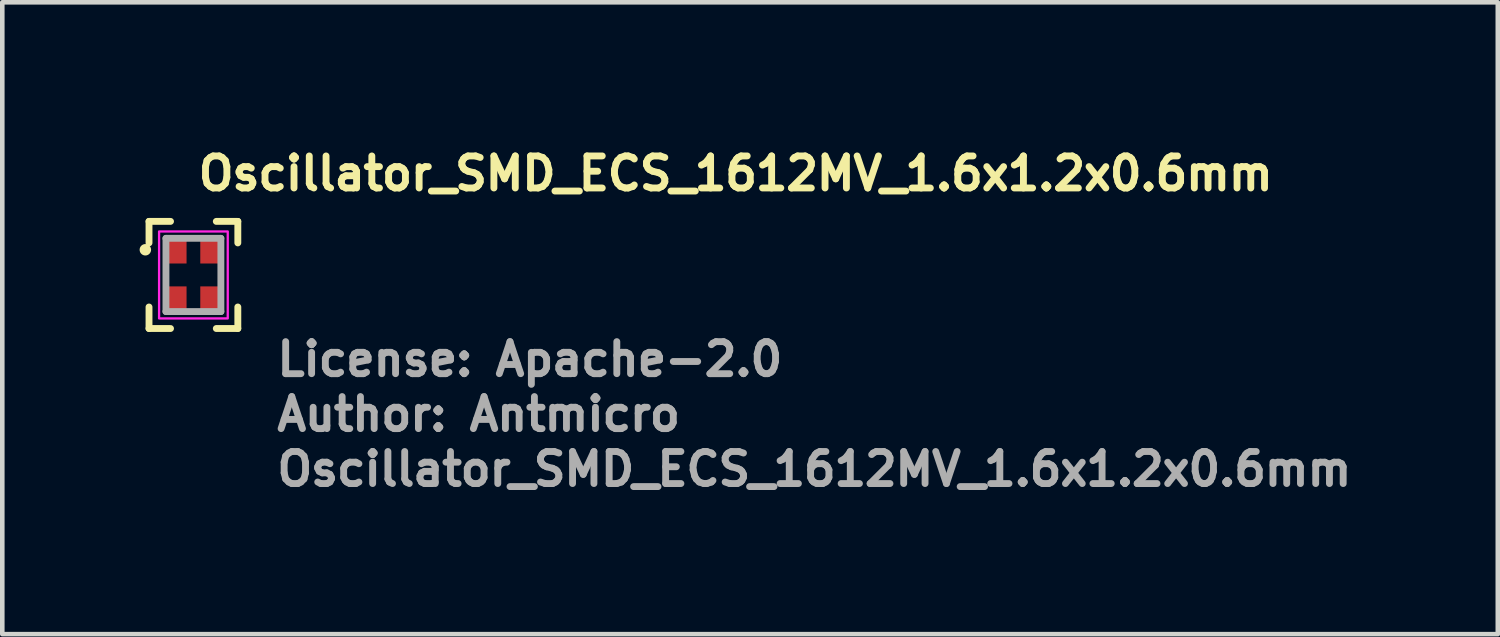
<source format=kicad_pcb>
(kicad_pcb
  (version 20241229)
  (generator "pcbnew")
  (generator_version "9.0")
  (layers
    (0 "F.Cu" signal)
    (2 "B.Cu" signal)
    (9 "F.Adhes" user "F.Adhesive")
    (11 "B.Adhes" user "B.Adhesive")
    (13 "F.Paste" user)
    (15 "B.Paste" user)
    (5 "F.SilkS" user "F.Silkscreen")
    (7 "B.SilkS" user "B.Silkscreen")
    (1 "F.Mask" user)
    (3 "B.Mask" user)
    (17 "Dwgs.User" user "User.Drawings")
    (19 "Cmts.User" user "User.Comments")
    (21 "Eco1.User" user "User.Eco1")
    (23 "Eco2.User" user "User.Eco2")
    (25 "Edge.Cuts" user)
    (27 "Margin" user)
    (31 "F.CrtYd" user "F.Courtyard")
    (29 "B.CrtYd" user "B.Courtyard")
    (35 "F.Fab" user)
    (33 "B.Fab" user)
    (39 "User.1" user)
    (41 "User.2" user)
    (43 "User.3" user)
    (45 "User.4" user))
  (footprint "Oscillator_SMD_ECS_1612MV_1.6x1.2x0.6mm"
    (layer "F.Cu")
    (at 1.175 2.956)
    (property "Reference" "Oscillator_SMD_ECS_1612MV_1.6x1.2x0.6mm" (at 0.032 -1.806 0) (layer "F.SilkS") (effects (font (size 0.7 0.7) (thickness 0.15)) (justify left bottom)))
    (attr smd)
    (fp_line (start -0.97 -1.17) (end -0.5 -1.17) (stroke (width 0.15) (type solid)) (layer "F.SilkS"))
    (fp_line (start -0.97 -0.7) (end -0.97 -1.17) (stroke (width 0.15) (type solid)) (layer "F.SilkS"))
    (fp_line (start -0.97 0.7) (end -0.97 1.17) (stroke (width 0.15) (type solid)) (layer "F.SilkS"))
    (fp_line (start -0.97 1.17) (end -0.5 1.17) (stroke (width 0.15) (type solid)) (layer "F.SilkS"))
    (fp_line (start 0.97 -1.17) (end 0.5 -1.17) (stroke (width 0.15) (type solid)) (layer "F.SilkS"))
    (fp_line (start 0.97 -0.7) (end 0.97 -1.17) (stroke (width 0.15) (type solid)) (layer "F.SilkS"))
    (fp_line (start 0.97 0.7) (end 0.97 1.17) (stroke (width 0.15) (type solid)) (layer "F.SilkS"))
    (fp_line (start 0.97 1.17) (end 0.5 1.17) (stroke (width 0.15) (type solid)) (layer "F.SilkS"))
    (fp_circle (center -1.05 -0.55) (end -1 -0.55) (stroke (width 0.15) (type solid)) (fill yes) (layer "F.SilkS"))
    (fp_rect (start -0.75 -0.95) (end 0.75 0.95) (stroke (width 0.05) (type solid)) (fill no) (layer "F.CrtYd"))
    (fp_line (start -0.6 -0.8) (end 0.6 -0.8) (stroke (width 0.15) (type solid)) (layer "F.Fab"))
    (fp_line (start -0.6 0.8) (end -0.6 -0.8) (stroke (width 0.15) (type solid)) (layer "F.Fab"))
    (fp_line (start 0.6 -0.8) (end 0.6 0.8) (stroke (width 0.15) (type solid)) (layer "F.Fab"))
    (fp_line (start 0.6 0.8) (end -0.6 0.8) (stroke (width 0.15) (type solid)) (layer "F.Fab"))
    (fp_rect (start -0.6 -0.8) (end 0.6 0.8) (stroke (width 0.1) (type solid)) (fill no) (layer "User.5"))
    (fp_line (start -0.6 0.8) (end -0.6 -0.8) (stroke (width 0.02) (type solid)) (layer "User.9"))
    (fp_line (start -0.55 -0.682) (end -0.549 -0.686) (stroke (width 0.02) (type solid)) (layer "User.9"))
    (fp_line (start -0.55 -0.679) (end -0.55 -0.682) (stroke (width 0.02) (type solid)) (layer "User.9"))
    (fp_line (start -0.55 -0.675) (end -0.55 -0.679) (stroke (width 0.02) (type solid)) (layer "User.9"))
    (fp_line (start -0.55 0.675) (end -0.55 -0.675) (stroke (width 0.02) (type solid)) (layer "User.9"))
    (fp_line (start -0.55 0.679) (end -0.55 0.675) (stroke (width 0.02) (type solid)) (layer "User.9"))
    (fp_line (start -0.55 0.682) (end -0.55 0.679) (stroke (width 0.02) (type solid)) (layer "User.9"))
    (fp_line (start -0.549 -0.69) (end -0.548 -0.693) (stroke (width 0.02) (type solid)) (layer "User.9"))
    (fp_line (start -0.549 -0.686) (end -0.549 -0.69) (stroke (width 0.02) (type solid)) (layer "User.9"))
    (fp_line (start -0.549 0.686) (end -0.55 0.682) (stroke (width 0.02) (type solid)) (layer "User.9"))
    (fp_line (start -0.549 0.69) (end -0.549 0.686) (stroke (width 0.02) (type solid)) (layer "User.9"))
    (fp_line (start -0.548 -0.693) (end -0.547 -0.697) (stroke (width 0.02) (type solid)) (layer "User.9"))
    (fp_line (start -0.548 0.693) (end -0.549 0.69) (stroke (width 0.02) (type solid)) (layer "User.9"))
    (fp_line (start -0.547 -0.697) (end -0.546 -0.7) (stroke (width 0.02) (type solid)) (layer "User.9"))
    (fp_line (start -0.547 0.697) (end -0.548 0.693) (stroke (width 0.02) (type solid)) (layer "User.9"))
    (fp_line (start -0.546 -0.7) (end -0.544 -0.704) (stroke (width 0.02) (type solid)) (layer "User.9"))
    (fp_line (start -0.546 0.7) (end -0.547 0.697) (stroke (width 0.02) (type solid)) (layer "User.9"))
    (fp_line (start -0.544 -0.704) (end -0.543 -0.707) (stroke (width 0.02) (type solid)) (layer "User.9"))
    (fp_line (start -0.544 0.704) (end -0.546 0.7) (stroke (width 0.02) (type solid)) (layer "User.9"))
    (fp_line (start -0.543 -0.707) (end -0.541 -0.71) (stroke (width 0.02) (type solid)) (layer "User.9"))
    (fp_line (start -0.543 0.707) (end -0.544 0.704) (stroke (width 0.02) (type solid)) (layer "User.9"))
    (fp_line (start -0.541 -0.71) (end -0.539 -0.714) (stroke (width 0.02) (type solid)) (layer "User.9"))
    (fp_line (start -0.541 0.71) (end -0.543 0.707) (stroke (width 0.02) (type solid)) (layer "User.9"))
    (fp_line (start -0.539 -0.714) (end -0.537 -0.717) (stroke (width 0.02) (type solid)) (layer "User.9"))
    (fp_line (start -0.539 0.714) (end -0.541 0.71) (stroke (width 0.02) (type solid)) (layer "User.9"))
    (fp_line (start -0.537 -0.717) (end -0.535 -0.72) (stroke (width 0.02) (type solid)) (layer "User.9"))
    (fp_line (start -0.537 0.717) (end -0.539 0.714) (stroke (width 0.02) (type solid)) (layer "User.9"))
    (fp_line (start -0.535 -0.72) (end -0.533 -0.723) (stroke (width 0.02) (type solid)) (layer "User.9"))
    (fp_line (start -0.535 0.72) (end -0.537 0.717) (stroke (width 0.02) (type solid)) (layer "User.9"))
    (fp_line (start -0.533 -0.723) (end -0.531 -0.725) (stroke (width 0.02) (type solid)) (layer "User.9"))
    (fp_line (start -0.533 0.723) (end -0.535 0.72) (stroke (width 0.02) (type solid)) (layer "User.9"))
    (fp_line (start -0.531 -0.725) (end -0.528 -0.728) (stroke (width 0.02) (type solid)) (layer "User.9"))
    (fp_line (start -0.531 0.725) (end -0.533 0.723) (stroke (width 0.02) (type solid)) (layer "User.9"))
    (fp_line (start -0.528 -0.728) (end -0.525 -0.731) (stroke (width 0.02) (type solid)) (layer "User.9"))
    (fp_line (start -0.528 0.728) (end -0.531 0.725) (stroke (width 0.02) (type solid)) (layer "User.9"))
    (fp_line (start -0.525 -0.731) (end -0.523 -0.733) (stroke (width 0.02) (type solid)) (layer "User.9"))
    (fp_line (start -0.525 0.731) (end -0.528 0.728) (stroke (width 0.02) (type solid)) (layer "User.9"))
    (fp_line (start -0.523 -0.733) (end -0.52 -0.735) (stroke (width 0.02) (type solid)) (layer "User.9"))
    (fp_line (start -0.523 0.733) (end -0.525 0.731) (stroke (width 0.02) (type solid)) (layer "User.9"))
    (fp_line (start -0.52 -0.735) (end -0.517 -0.737) (stroke (width 0.02) (type solid)) (layer "User.9"))
    (fp_line (start -0.52 0.735) (end -0.523 0.733) (stroke (width 0.02) (type solid)) (layer "User.9"))
    (fp_line (start -0.517 -0.737) (end -0.514 -0.739) (stroke (width 0.02) (type solid)) (layer "User.9"))
    (fp_line (start -0.517 0.737) (end -0.52 0.735) (stroke (width 0.02) (type solid)) (layer "User.9"))
    (fp_line (start -0.514 -0.739) (end -0.51 -0.741) (stroke (width 0.02) (type solid)) (layer "User.9"))
    (fp_line (start -0.514 0.739) (end -0.517 0.737) (stroke (width 0.02) (type solid)) (layer "User.9"))
    (fp_line (start -0.51 -0.741) (end -0.507 -0.743) (stroke (width 0.02) (type solid)) (layer "User.9"))
    (fp_line (start -0.51 0.741) (end -0.514 0.739) (stroke (width 0.02) (type solid)) (layer "User.9"))
    (fp_line (start -0.507 -0.743) (end -0.504 -0.744) (stroke (width 0.02) (type solid)) (layer "User.9"))
    (fp_line (start -0.507 0.743) (end -0.51 0.741) (stroke (width 0.02) (type solid)) (layer "User.9"))
    (fp_line (start -0.504 -0.744) (end -0.5 -0.746) (stroke (width 0.02) (type solid)) (layer "User.9"))
    (fp_line (start -0.504 0.744) (end -0.507 0.743) (stroke (width 0.02) (type solid)) (layer "User.9"))
    (fp_line (start -0.5 -0.746) (end -0.497 -0.747) (stroke (width 0.02) (type solid)) (layer "User.9"))
    (fp_line (start -0.5 0.746) (end -0.504 0.744) (stroke (width 0.02) (type solid)) (layer "User.9"))
    (fp_line (start -0.497 -0.747) (end -0.493 -0.748) (stroke (width 0.02) (type solid)) (layer "User.9"))
    (fp_line (start -0.497 0.747) (end -0.5 0.746) (stroke (width 0.02) (type solid)) (layer "User.9"))
    (fp_line (start -0.493 -0.748) (end -0.49 -0.749) (stroke (width 0.02) (type solid)) (layer "User.9"))
    (fp_line (start -0.493 0.748) (end -0.497 0.747) (stroke (width 0.02) (type solid)) (layer "User.9"))
    (fp_line (start -0.49 -0.749) (end -0.486 -0.749) (stroke (width 0.02) (type solid)) (layer "User.9"))
    (fp_line (start -0.49 0.749) (end -0.493 0.748) (stroke (width 0.02) (type solid)) (layer "User.9"))
    (fp_line (start -0.486 -0.749) (end -0.482 -0.75) (stroke (width 0.02) (type solid)) (layer "User.9"))
    (fp_line (start -0.486 0.749) (end -0.49 0.749) (stroke (width 0.02) (type solid)) (layer "User.9"))
    (fp_line (start -0.482 -0.75) (end -0.479 -0.75) (stroke (width 0.02) (type solid)) (layer "User.9"))
    (fp_line (start -0.482 0.75) (end -0.486 0.749) (stroke (width 0.02) (type solid)) (layer "User.9"))
    (fp_line (start -0.479 -0.75) (end -0.475 -0.75) (stroke (width 0.02) (type solid)) (layer "User.9"))
    (fp_line (start -0.479 0.75) (end -0.482 0.75) (stroke (width 0.02) (type solid)) (layer "User.9"))
    (fp_line (start -0.475 -0.75) (end 0.475 -0.75) (stroke (width 0.02) (type solid)) (layer "User.9"))
    (fp_line (start -0.475 -0.607) (end -0.475 -0.604) (stroke (width 0.02) (type solid)) (layer "User.9"))
    (fp_line (start -0.475 -0.607) (end -0.475 -0.604) (stroke (width 0.02) (type solid)) (layer "User.9"))
    (fp_line (start -0.475 -0.604) (end -0.475 -0.6) (stroke (width 0.02) (type solid)) (layer "User.9"))
    (fp_line (start -0.475 -0.604) (end -0.475 -0.6) (stroke (width 0.02) (type solid)) (layer "User.9"))
    (fp_line (start -0.475 -0.6) (end -0.475 0.6) (stroke (width 0.02) (type solid)) (layer "User.9"))
    (fp_line (start -0.475 -0.6) (end -0.475 0.6) (stroke (width 0.02) (type solid)) (layer "User.9"))
    (fp_line (start -0.475 0.6) (end -0.475 0.604) (stroke (width 0.02) (type solid)) (layer "User.9"))
    (fp_line (start -0.475 0.604) (end -0.475 0.6) (stroke (width 0.02) (type solid)) (layer "User.9"))
    (fp_line (start -0.475 0.604) (end -0.475 0.607) (stroke (width 0.02) (type solid)) (layer "User.9"))
    (fp_line (start -0.475 0.607) (end -0.475 0.604) (stroke (width 0.02) (type solid)) (layer "User.9"))
    (fp_line (start -0.475 0.607) (end -0.474 0.611) (stroke (width 0.02) (type solid)) (layer "User.9"))
    (fp_line (start -0.475 0.75) (end -0.479 0.75) (stroke (width 0.02) (type solid)) (layer "User.9"))
    (fp_line (start -0.474 -0.615) (end -0.474 -0.611) (stroke (width 0.02) (type solid)) (layer "User.9"))
    (fp_line (start -0.474 -0.615) (end -0.474 -0.611) (stroke (width 0.02) (type solid)) (layer "User.9"))
    (fp_line (start -0.474 -0.611) (end -0.475 -0.607) (stroke (width 0.02) (type solid)) (layer "User.9"))
    (fp_line (start -0.474 -0.611) (end -0.475 -0.607) (stroke (width 0.02) (type solid)) (layer "User.9"))
    (fp_line (start -0.474 0.611) (end -0.475 0.607) (stroke (width 0.02) (type solid)) (layer "User.9"))
    (fp_line (start -0.474 0.611) (end -0.474 0.615) (stroke (width 0.02) (type solid)) (layer "User.9"))
    (fp_line (start -0.474 0.615) (end -0.474 0.611) (stroke (width 0.02) (type solid)) (layer "User.9"))
    (fp_line (start -0.474 0.615) (end -0.473 0.618) (stroke (width 0.02) (type solid)) (layer "User.9"))
    (fp_line (start -0.473 -0.618) (end -0.474 -0.615) (stroke (width 0.02) (type solid)) (layer "User.9"))
    (fp_line (start -0.473 -0.618) (end -0.474 -0.615) (stroke (width 0.02) (type solid)) (layer "User.9"))
    (fp_line (start -0.473 0.618) (end -0.474 0.615) (stroke (width 0.02) (type solid)) (layer "User.9"))
    (fp_line (start -0.473 0.618) (end -0.472 0.622) (stroke (width 0.02) (type solid)) (layer "User.9"))
    (fp_line (start -0.472 -0.622) (end -0.473 -0.618) (stroke (width 0.02) (type solid)) (layer "User.9"))
    (fp_line (start -0.472 -0.622) (end -0.473 -0.618) (stroke (width 0.02) (type solid)) (layer "User.9"))
    (fp_line (start -0.472 0.622) (end -0.473 0.618) (stroke (width 0.02) (type solid)) (layer "User.9"))
    (fp_line (start -0.472 0.622) (end -0.471 0.625) (stroke (width 0.02) (type solid)) (layer "User.9"))
    (fp_line (start -0.471 -0.625) (end -0.472 -0.622) (stroke (width 0.02) (type solid)) (layer "User.9"))
    (fp_line (start -0.471 -0.625) (end -0.472 -0.622) (stroke (width 0.02) (type solid)) (layer "User.9"))
    (fp_line (start -0.471 0.625) (end -0.472 0.622) (stroke (width 0.02) (type solid)) (layer "User.9"))
    (fp_line (start -0.471 0.625) (end -0.469 0.629) (stroke (width 0.02) (type solid)) (layer "User.9"))
    (fp_line (start -0.469 -0.629) (end -0.471 -0.625) (stroke (width 0.02) (type solid)) (layer "User.9"))
    (fp_line (start -0.469 -0.629) (end -0.471 -0.625) (stroke (width 0.02) (type solid)) (layer "User.9"))
    (fp_line (start -0.469 0.629) (end -0.471 0.625) (stroke (width 0.02) (type solid)) (layer "User.9"))
    (fp_line (start -0.469 0.629) (end -0.468 0.632) (stroke (width 0.02) (type solid)) (layer "User.9"))
    (fp_line (start -0.468 -0.632) (end -0.469 -0.629) (stroke (width 0.02) (type solid)) (layer "User.9"))
    (fp_line (start -0.468 -0.632) (end -0.469 -0.629) (stroke (width 0.02) (type solid)) (layer "User.9"))
    (fp_line (start -0.468 0.632) (end -0.469 0.629) (stroke (width 0.02) (type solid)) (layer "User.9"))
    (fp_line (start -0.468 0.632) (end -0.466 0.635) (stroke (width 0.02) (type solid)) (layer "User.9"))
    (fp_line (start -0.466 -0.635) (end -0.468 -0.632) (stroke (width 0.02) (type solid)) (layer "User.9"))
    (fp_line (start -0.466 -0.635) (end -0.468 -0.632) (stroke (width 0.02) (type solid)) (layer "User.9"))
    (fp_line (start -0.466 0.635) (end -0.468 0.632) (stroke (width 0.02) (type solid)) (layer "User.9"))
    (fp_line (start -0.466 0.635) (end -0.464 0.639) (stroke (width 0.02) (type solid)) (layer "User.9"))
    (fp_line (start -0.464 -0.639) (end -0.466 -0.635) (stroke (width 0.02) (type solid)) (layer "User.9"))
    (fp_line (start -0.464 -0.639) (end -0.466 -0.635) (stroke (width 0.02) (type solid)) (layer "User.9"))
    (fp_line (start -0.464 0.639) (end -0.466 0.635) (stroke (width 0.02) (type solid)) (layer "User.9"))
    (fp_line (start -0.464 0.639) (end -0.462 0.642) (stroke (width 0.02) (type solid)) (layer "User.9"))
    (fp_line (start -0.462 -0.642) (end -0.464 -0.639) (stroke (width 0.02) (type solid)) (layer "User.9"))
    (fp_line (start -0.462 -0.642) (end -0.464 -0.639) (stroke (width 0.02) (type solid)) (layer "User.9"))
    (fp_line (start -0.462 0.642) (end -0.464 0.639) (stroke (width 0.02) (type solid)) (layer "User.9"))
    (fp_line (start -0.462 0.642) (end -0.46 0.645) (stroke (width 0.02) (type solid)) (layer "User.9"))
    (fp_line (start -0.46 -0.645) (end -0.462 -0.642) (stroke (width 0.02) (type solid)) (layer "User.9"))
    (fp_line (start -0.46 -0.645) (end -0.462 -0.642) (stroke (width 0.02) (type solid)) (layer "User.9"))
    (fp_line (start -0.46 0.645) (end -0.462 0.642) (stroke (width 0.02) (type solid)) (layer "User.9"))
    (fp_line (start -0.46 0.645) (end -0.458 0.648) (stroke (width 0.02) (type solid)) (layer "User.9"))
    (fp_line (start -0.458 -0.648) (end -0.46 -0.645) (stroke (width 0.02) (type solid)) (layer "User.9"))
    (fp_line (start -0.458 -0.648) (end -0.46 -0.645) (stroke (width 0.02) (type solid)) (layer "User.9"))
    (fp_line (start -0.458 0.648) (end -0.46 0.645) (stroke (width 0.02) (type solid)) (layer "User.9"))
    (fp_line (start -0.458 0.648) (end -0.456 0.65) (stroke (width 0.02) (type solid)) (layer "User.9"))
    (fp_line (start -0.456 -0.65) (end -0.458 -0.648) (stroke (width 0.02) (type solid)) (layer "User.9"))
    (fp_line (start -0.456 -0.65) (end -0.458 -0.648) (stroke (width 0.02) (type solid)) (layer "User.9"))
    (fp_line (start -0.456 0.65) (end -0.458 0.648) (stroke (width 0.02) (type solid)) (layer "User.9"))
    (fp_line (start -0.456 0.65) (end -0.453 0.653) (stroke (width 0.02) (type solid)) (layer "User.9"))
    (fp_line (start -0.453 -0.653) (end -0.456 -0.65) (stroke (width 0.02) (type solid)) (layer "User.9"))
    (fp_line (start -0.453 -0.653) (end -0.456 -0.65) (stroke (width 0.02) (type solid)) (layer "User.9"))
    (fp_line (start -0.453 0.653) (end -0.456 0.65) (stroke (width 0.02) (type solid)) (layer "User.9"))
    (fp_line (start -0.453 0.653) (end -0.45 0.656) (stroke (width 0.02) (type solid)) (layer "User.9"))
    (fp_line (start -0.45 -0.656) (end -0.453 -0.653) (stroke (width 0.02) (type solid)) (layer "User.9"))
    (fp_line (start -0.45 -0.656) (end -0.453 -0.653) (stroke (width 0.02) (type solid)) (layer "User.9"))
    (fp_line (start -0.45 0.656) (end -0.453 0.653) (stroke (width 0.02) (type solid)) (layer "User.9"))
    (fp_line (start -0.45 0.656) (end -0.448 0.658) (stroke (width 0.02) (type solid)) (layer "User.9"))
    (fp_line (start -0.448 -0.658) (end -0.45 -0.656) (stroke (width 0.02) (type solid)) (layer "User.9"))
    (fp_line (start -0.448 -0.658) (end -0.45 -0.656) (stroke (width 0.02) (type solid)) (layer "User.9"))
    (fp_line (start -0.448 0.658) (end -0.45 0.656) (stroke (width 0.02) (type solid)) (layer "User.9"))
    (fp_line (start -0.448 0.658) (end -0.445 0.66) (stroke (width 0.02) (type solid)) (layer "User.9"))
    (fp_line (start -0.445 -0.66) (end -0.448 -0.658) (stroke (width 0.02) (type solid)) (layer "User.9"))
    (fp_line (start -0.445 -0.66) (end -0.448 -0.658) (stroke (width 0.02) (type solid)) (layer "User.9"))
    (fp_line (start -0.445 0.66) (end -0.448 0.658) (stroke (width 0.02) (type solid)) (layer "User.9"))
    (fp_line (start -0.445 0.66) (end -0.442 0.662) (stroke (width 0.02) (type solid)) (layer "User.9"))
    (fp_line (start -0.442 -0.662) (end -0.445 -0.66) (stroke (width 0.02) (type solid)) (layer "User.9"))
    (fp_line (start -0.442 -0.662) (end -0.445 -0.66) (stroke (width 0.02) (type solid)) (layer "User.9"))
    (fp_line (start -0.442 0.662) (end -0.445 0.66) (stroke (width 0.02) (type solid)) (layer "User.9"))
    (fp_line (start -0.442 0.662) (end -0.439 0.664) (stroke (width 0.02) (type solid)) (layer "User.9"))
    (fp_line (start -0.439 -0.664) (end -0.442 -0.662) (stroke (width 0.02) (type solid)) (layer "User.9"))
    (fp_line (start -0.439 -0.664) (end -0.442 -0.662) (stroke (width 0.02) (type solid)) (layer "User.9"))
    (fp_line (start -0.439 0.664) (end -0.442 0.662) (stroke (width 0.02) (type solid)) (layer "User.9"))
    (fp_line (start -0.439 0.664) (end -0.435 0.666) (stroke (width 0.02) (type solid)) (layer "User.9"))
    (fp_line (start -0.435 -0.666) (end -0.439 -0.664) (stroke (width 0.02) (type solid)) (layer "User.9"))
    (fp_line (start -0.435 -0.666) (end -0.439 -0.664) (stroke (width 0.02) (type solid)) (layer "User.9"))
    (fp_line (start -0.435 0.666) (end -0.439 0.664) (stroke (width 0.02) (type solid)) (layer "User.9"))
    (fp_line (start -0.435 0.666) (end -0.432 0.668) (stroke (width 0.02) (type solid)) (layer "User.9"))
    (fp_line (start -0.432 -0.668) (end -0.435 -0.666) (stroke (width 0.02) (type solid)) (layer "User.9"))
    (fp_line (start -0.432 -0.668) (end -0.435 -0.666) (stroke (width 0.02) (type solid)) (layer "User.9"))
    (fp_line (start -0.432 0.668) (end -0.435 0.666) (stroke (width 0.02) (type solid)) (layer "User.9"))
    (fp_line (start -0.432 0.668) (end -0.429 0.669) (stroke (width 0.02) (type solid)) (layer "User.9"))
    (fp_line (start -0.429 -0.669) (end -0.432 -0.668) (stroke (width 0.02) (type solid)) (layer "User.9"))
    (fp_line (start -0.429 -0.669) (end -0.432 -0.668) (stroke (width 0.02) (type solid)) (layer "User.9"))
    (fp_line (start -0.429 0.669) (end -0.432 0.668) (stroke (width 0.02) (type solid)) (layer "User.9"))
    (fp_line (start -0.429 0.669) (end -0.425 0.671) (stroke (width 0.02) (type solid)) (layer "User.9"))
    (fp_line (start -0.425 -0.671) (end -0.429 -0.669) (stroke (width 0.02) (type solid)) (layer "User.9"))
    (fp_line (start -0.425 -0.671) (end -0.429 -0.669) (stroke (width 0.02) (type solid)) (layer "User.9"))
    (fp_line (start -0.425 0.671) (end -0.429 0.669) (stroke (width 0.02) (type solid)) (layer "User.9"))
    (fp_line (start -0.425 0.671) (end -0.422 0.672) (stroke (width 0.02) (type solid)) (layer "User.9"))
    (fp_line (start -0.422 -0.672) (end -0.425 -0.671) (stroke (width 0.02) (type solid)) (layer "User.9"))
    (fp_line (start -0.422 -0.672) (end -0.425 -0.671) (stroke (width 0.02) (type solid)) (layer "User.9"))
    (fp_line (start -0.422 0.672) (end -0.425 0.671) (stroke (width 0.02) (type solid)) (layer "User.9"))
    (fp_line (start -0.422 0.672) (end -0.418 0.673) (stroke (width 0.02) (type solid)) (layer "User.9"))
    (fp_line (start -0.418 -0.673) (end -0.422 -0.672) (stroke (width 0.02) (type solid)) (layer "User.9"))
    (fp_line (start -0.418 -0.673) (end -0.422 -0.672) (stroke (width 0.02) (type solid)) (layer "User.9"))
    (fp_line (start -0.418 0.673) (end -0.422 0.672) (stroke (width 0.02) (type solid)) (layer "User.9"))
    (fp_line (start -0.418 0.673) (end -0.415 0.674) (stroke (width 0.02) (type solid)) (layer "User.9"))
    (fp_line (start -0.415 -0.674) (end -0.418 -0.673) (stroke (width 0.02) (type solid)) (layer "User.9"))
    (fp_line (start -0.415 -0.674) (end -0.418 -0.673) (stroke (width 0.02) (type solid)) (layer "User.9"))
    (fp_line (start -0.415 0.674) (end -0.418 0.673) (stroke (width 0.02) (type solid)) (layer "User.9"))
    (fp_line (start -0.415 0.674) (end -0.411 0.674) (stroke (width 0.02) (type solid)) (layer "User.9"))
    (fp_line (start -0.411 -0.674) (end -0.415 -0.674) (stroke (width 0.02) (type solid)) (layer "User.9"))
    (fp_line (start -0.411 -0.674) (end -0.415 -0.674) (stroke (width 0.02) (type solid)) (layer "User.9"))
    (fp_line (start -0.411 0.674) (end -0.415 0.674) (stroke (width 0.02) (type solid)) (layer "User.9"))
    (fp_line (start -0.411 0.674) (end -0.407 0.675) (stroke (width 0.02) (type solid)) (layer "User.9"))
    (fp_line (start -0.407 -0.675) (end -0.411 -0.674) (stroke (width 0.02) (type solid)) (layer "User.9"))
    (fp_line (start -0.407 -0.675) (end -0.411 -0.674) (stroke (width 0.02) (type solid)) (layer "User.9"))
    (fp_line (start -0.407 0.675) (end -0.411 0.674) (stroke (width 0.02) (type solid)) (layer "User.9"))
    (fp_line (start -0.407 0.675) (end -0.404 0.675) (stroke (width 0.02) (type solid)) (layer "User.9"))
    (fp_line (start -0.404 -0.675) (end -0.407 -0.675) (stroke (width 0.02) (type solid)) (layer "User.9"))
    (fp_line (start -0.404 -0.675) (end -0.407 -0.675) (stroke (width 0.02) (type solid)) (layer "User.9"))
    (fp_line (start -0.404 0.675) (end -0.407 0.675) (stroke (width 0.02) (type solid)) (layer "User.9"))
    (fp_line (start -0.404 0.675) (end -0.4 0.675) (stroke (width 0.02) (type solid)) (layer "User.9"))
    (fp_line (start -0.4 -0.675) (end -0.404 -0.675) (stroke (width 0.02) (type solid)) (layer "User.9"))
    (fp_line (start -0.4 -0.675) (end -0.404 -0.675) (stroke (width 0.02) (type solid)) (layer "User.9"))
    (fp_line (start -0.4 0.675) (end -0.404 0.675) (stroke (width 0.02) (type solid)) (layer "User.9"))
    (fp_line (start -0.4 0.675) (end 0.4 0.675) (stroke (width 0.02) (type solid)) (layer "User.9"))
    (fp_line (start 0.4 -0.675) (end -0.4 -0.675) (stroke (width 0.02) (type solid)) (layer "User.9"))
    (fp_line (start 0.4 -0.675) (end -0.4 -0.675) (stroke (width 0.02) (type solid)) (layer "User.9"))
    (fp_line (start 0.4 -0.675) (end 0.404 -0.675) (stroke (width 0.02) (type solid)) (layer "User.9"))
    (fp_line (start 0.4 0.675) (end -0.4 0.675) (stroke (width 0.02) (type solid)) (layer "User.9"))
    (fp_line (start 0.4 0.675) (end 0.404 0.675) (stroke (width 0.02) (type solid)) (layer "User.9"))
    (fp_line (start 0.404 -0.675) (end 0.4 -0.675) (stroke (width 0.02) (type solid)) (layer "User.9"))
    (fp_line (start 0.404 -0.675) (end 0.407 -0.675) (stroke (width 0.02) (type solid)) (layer "User.9"))
    (fp_line (start 0.404 0.675) (end 0.4 0.675) (stroke (width 0.02) (type solid)) (layer "User.9"))
    (fp_line (start 0.404 0.675) (end 0.407 0.675) (stroke (width 0.02) (type solid)) (layer "User.9"))
    (fp_line (start 0.407 -0.675) (end 0.404 -0.675) (stroke (width 0.02) (type solid)) (layer "User.9"))
    (fp_line (start 0.407 -0.675) (end 0.411 -0.674) (stroke (width 0.02) (type solid)) (layer "User.9"))
    (fp_line (start 0.407 0.675) (end 0.404 0.675) (stroke (width 0.02) (type solid)) (layer "User.9"))
    (fp_line (start 0.407 0.675) (end 0.411 0.674) (stroke (width 0.02) (type solid)) (layer "User.9"))
    (fp_line (start 0.411 -0.674) (end 0.407 -0.675) (stroke (width 0.02) (type solid)) (layer "User.9"))
    (fp_line (start 0.411 -0.674) (end 0.415 -0.674) (stroke (width 0.02) (type solid)) (layer "User.9"))
    (fp_line (start 0.411 0.674) (end 0.407 0.675) (stroke (width 0.02) (type solid)) (layer "User.9"))
    (fp_line (start 0.411 0.674) (end 0.415 0.674) (stroke (width 0.02) (type solid)) (layer "User.9"))
    (fp_line (start 0.415 -0.674) (end 0.411 -0.674) (stroke (width 0.02) (type solid)) (layer "User.9"))
    (fp_line (start 0.415 -0.674) (end 0.418 -0.673) (stroke (width 0.02) (type solid)) (layer "User.9"))
    (fp_line (start 0.415 0.674) (end 0.411 0.674) (stroke (width 0.02) (type solid)) (layer "User.9"))
    (fp_line (start 0.415 0.674) (end 0.418 0.673) (stroke (width 0.02) (type solid)) (layer "User.9"))
    (fp_line (start 0.418 -0.673) (end 0.415 -0.674) (stroke (width 0.02) (type solid)) (layer "User.9"))
    (fp_line (start 0.418 -0.673) (end 0.422 -0.672) (stroke (width 0.02) (type solid)) (layer "User.9"))
    (fp_line (start 0.418 0.673) (end 0.415 0.674) (stroke (width 0.02) (type solid)) (layer "User.9"))
    (fp_line (start 0.418 0.673) (end 0.422 0.672) (stroke (width 0.02) (type solid)) (layer "User.9"))
    (fp_line (start 0.422 -0.672) (end 0.418 -0.673) (stroke (width 0.02) (type solid)) (layer "User.9"))
    (fp_line (start 0.422 -0.672) (end 0.425 -0.671) (stroke (width 0.02) (type solid)) (layer "User.9"))
    (fp_line (start 0.422 0.672) (end 0.418 0.673) (stroke (width 0.02) (type solid)) (layer "User.9"))
    (fp_line (start 0.422 0.672) (end 0.425 0.671) (stroke (width 0.02) (type solid)) (layer "User.9"))
    (fp_line (start 0.425 -0.671) (end 0.422 -0.672) (stroke (width 0.02) (type solid)) (layer "User.9"))
    (fp_line (start 0.425 -0.671) (end 0.429 -0.669) (stroke (width 0.02) (type solid)) (layer "User.9"))
    (fp_line (start 0.425 0.671) (end 0.422 0.672) (stroke (width 0.02) (type solid)) (layer "User.9"))
    (fp_line (start 0.425 0.671) (end 0.429 0.669) (stroke (width 0.02) (type solid)) (layer "User.9"))
    (fp_line (start 0.429 -0.669) (end 0.425 -0.671) (stroke (width 0.02) (type solid)) (layer "User.9"))
    (fp_line (start 0.429 -0.669) (end 0.432 -0.668) (stroke (width 0.02) (type solid)) (layer "User.9"))
    (fp_line (start 0.429 0.669) (end 0.425 0.671) (stroke (width 0.02) (type solid)) (layer "User.9"))
    (fp_line (start 0.429 0.669) (end 0.432 0.668) (stroke (width 0.02) (type solid)) (layer "User.9"))
    (fp_line (start 0.432 -0.668) (end 0.429 -0.669) (stroke (width 0.02) (type solid)) (layer "User.9"))
    (fp_line (start 0.432 -0.668) (end 0.435 -0.666) (stroke (width 0.02) (type solid)) (layer "User.9"))
    (fp_line (start 0.432 0.668) (end 0.429 0.669) (stroke (width 0.02) (type solid)) (layer "User.9"))
    (fp_line (start 0.432 0.668) (end 0.435 0.666) (stroke (width 0.02) (type solid)) (layer "User.9"))
    (fp_line (start 0.435 -0.666) (end 0.432 -0.668) (stroke (width 0.02) (type solid)) (layer "User.9"))
    (fp_line (start 0.435 -0.666) (end 0.439 -0.664) (stroke (width 0.02) (type solid)) (layer "User.9"))
    (fp_line (start 0.435 0.666) (end 0.432 0.668) (stroke (width 0.02) (type solid)) (layer "User.9"))
    (fp_line (start 0.435 0.666) (end 0.439 0.664) (stroke (width 0.02) (type solid)) (layer "User.9"))
    (fp_line (start 0.439 -0.664) (end 0.435 -0.666) (stroke (width 0.02) (type solid)) (layer "User.9"))
    (fp_line (start 0.439 -0.664) (end 0.442 -0.662) (stroke (width 0.02) (type solid)) (layer "User.9"))
    (fp_line (start 0.439 0.664) (end 0.435 0.666) (stroke (width 0.02) (type solid)) (layer "User.9"))
    (fp_line (start 0.439 0.664) (end 0.442 0.662) (stroke (width 0.02) (type solid)) (layer "User.9"))
    (fp_line (start 0.442 -0.662) (end 0.439 -0.664) (stroke (width 0.02) (type solid)) (layer "User.9"))
    (fp_line (start 0.442 -0.662) (end 0.445 -0.66) (stroke (width 0.02) (type solid)) (layer "User.9"))
    (fp_line (start 0.442 0.662) (end 0.439 0.664) (stroke (width 0.02) (type solid)) (layer "User.9"))
    (fp_line (start 0.442 0.662) (end 0.445 0.66) (stroke (width 0.02) (type solid)) (layer "User.9"))
    (fp_line (start 0.445 -0.66) (end 0.442 -0.662) (stroke (width 0.02) (type solid)) (layer "User.9"))
    (fp_line (start 0.445 -0.66) (end 0.448 -0.658) (stroke (width 0.02) (type solid)) (layer "User.9"))
    (fp_line (start 0.445 0.66) (end 0.442 0.662) (stroke (width 0.02) (type solid)) (layer "User.9"))
    (fp_line (start 0.445 0.66) (end 0.448 0.658) (stroke (width 0.02) (type solid)) (layer "User.9"))
    (fp_line (start 0.448 -0.658) (end 0.445 -0.66) (stroke (width 0.02) (type solid)) (layer "User.9"))
    (fp_line (start 0.448 -0.658) (end 0.45 -0.656) (stroke (width 0.02) (type solid)) (layer "User.9"))
    (fp_line (start 0.448 0.658) (end 0.445 0.66) (stroke (width 0.02) (type solid)) (layer "User.9"))
    (fp_line (start 0.448 0.658) (end 0.45 0.656) (stroke (width 0.02) (type solid)) (layer "User.9"))
    (fp_line (start 0.45 -0.656) (end 0.448 -0.658) (stroke (width 0.02) (type solid)) (layer "User.9"))
    (fp_line (start 0.45 -0.656) (end 0.453 -0.653) (stroke (width 0.02) (type solid)) (layer "User.9"))
    (fp_line (start 0.45 0.656) (end 0.448 0.658) (stroke (width 0.02) (type solid)) (layer "User.9"))
    (fp_line (start 0.45 0.656) (end 0.453 0.653) (stroke (width 0.02) (type solid)) (layer "User.9"))
    (fp_line (start 0.453 -0.653) (end 0.45 -0.656) (stroke (width 0.02) (type solid)) (layer "User.9"))
    (fp_line (start 0.453 -0.653) (end 0.456 -0.65) (stroke (width 0.02) (type solid)) (layer "User.9"))
    (fp_line (start 0.453 0.653) (end 0.45 0.656) (stroke (width 0.02) (type solid)) (layer "User.9"))
    (fp_line (start 0.453 0.653) (end 0.456 0.65) (stroke (width 0.02) (type solid)) (layer "User.9"))
    (fp_line (start 0.456 -0.65) (end 0.453 -0.653) (stroke (width 0.02) (type solid)) (layer "User.9"))
    (fp_line (start 0.456 -0.65) (end 0.458 -0.648) (stroke (width 0.02) (type solid)) (layer "User.9"))
    (fp_line (start 0.456 0.65) (end 0.453 0.653) (stroke (width 0.02) (type solid)) (layer "User.9"))
    (fp_line (start 0.456 0.65) (end 0.458 0.648) (stroke (width 0.02) (type solid)) (layer "User.9"))
    (fp_line (start 0.458 -0.648) (end 0.456 -0.65) (stroke (width 0.02) (type solid)) (layer "User.9"))
    (fp_line (start 0.458 -0.648) (end 0.46 -0.645) (stroke (width 0.02) (type solid)) (layer "User.9"))
    (fp_line (start 0.458 0.648) (end 0.456 0.65) (stroke (width 0.02) (type solid)) (layer "User.9"))
    (fp_line (start 0.458 0.648) (end 0.46 0.645) (stroke (width 0.02) (type solid)) (layer "User.9"))
    (fp_line (start 0.46 -0.645) (end 0.458 -0.648) (stroke (width 0.02) (type solid)) (layer "User.9"))
    (fp_line (start 0.46 -0.645) (end 0.462 -0.642) (stroke (width 0.02) (type solid)) (layer "User.9"))
    (fp_line (start 0.46 0.645) (end 0.458 0.648) (stroke (width 0.02) (type solid)) (layer "User.9"))
    (fp_line (start 0.46 0.645) (end 0.462 0.642) (stroke (width 0.02) (type solid)) (layer "User.9"))
    (fp_line (start 0.462 -0.642) (end 0.46 -0.645) (stroke (width 0.02) (type solid)) (layer "User.9"))
    (fp_line (start 0.462 -0.642) (end 0.464 -0.639) (stroke (width 0.02) (type solid)) (layer "User.9"))
    (fp_line (start 0.462 0.642) (end 0.46 0.645) (stroke (width 0.02) (type solid)) (layer "User.9"))
    (fp_line (start 0.462 0.642) (end 0.464 0.639) (stroke (width 0.02) (type solid)) (layer "User.9"))
    (fp_line (start 0.464 -0.639) (end 0.462 -0.642) (stroke (width 0.02) (type solid)) (layer "User.9"))
    (fp_line (start 0.464 -0.639) (end 0.466 -0.635) (stroke (width 0.02) (type solid)) (layer "User.9"))
    (fp_line (start 0.464 0.639) (end 0.462 0.642) (stroke (width 0.02) (type solid)) (layer "User.9"))
    (fp_line (start 0.464 0.639) (end 0.466 0.635) (stroke (width 0.02) (type solid)) (layer "User.9"))
    (fp_line (start 0.466 -0.635) (end 0.464 -0.639) (stroke (width 0.02) (type solid)) (layer "User.9"))
    (fp_line (start 0.466 -0.635) (end 0.468 -0.632) (stroke (width 0.02) (type solid)) (layer "User.9"))
    (fp_line (start 0.466 0.635) (end 0.464 0.639) (stroke (width 0.02) (type solid)) (layer "User.9"))
    (fp_line (start 0.466 0.635) (end 0.468 0.632) (stroke (width 0.02) (type solid)) (layer "User.9"))
    (fp_line (start 0.468 -0.632) (end 0.466 -0.635) (stroke (width 0.02) (type solid)) (layer "User.9"))
    (fp_line (start 0.468 -0.632) (end 0.469 -0.629) (stroke (width 0.02) (type solid)) (layer "User.9"))
    (fp_line (start 0.468 0.632) (end 0.466 0.635) (stroke (width 0.02) (type solid)) (layer "User.9"))
    (fp_line (start 0.468 0.632) (end 0.469 0.629) (stroke (width 0.02) (type solid)) (layer "User.9"))
    (fp_line (start 0.469 -0.629) (end 0.468 -0.632) (stroke (width 0.02) (type solid)) (layer "User.9"))
    (fp_line (start 0.469 -0.629) (end 0.471 -0.625) (stroke (width 0.02) (type solid)) (layer "User.9"))
    (fp_line (start 0.469 0.629) (end 0.468 0.632) (stroke (width 0.02) (type solid)) (layer "User.9"))
    (fp_line (start 0.469 0.629) (end 0.471 0.625) (stroke (width 0.02) (type solid)) (layer "User.9"))
    (fp_line (start 0.471 -0.625) (end 0.469 -0.629) (stroke (width 0.02) (type solid)) (layer "User.9"))
    (fp_line (start 0.471 -0.625) (end 0.472 -0.622) (stroke (width 0.02) (type solid)) (layer "User.9"))
    (fp_line (start 0.471 0.625) (end 0.469 0.629) (stroke (width 0.02) (type solid)) (layer "User.9"))
    (fp_line (start 0.471 0.625) (end 0.472 0.622) (stroke (width 0.02) (type solid)) (layer "User.9"))
    (fp_line (start 0.472 -0.622) (end 0.471 -0.625) (stroke (width 0.02) (type solid)) (layer "User.9"))
    (fp_line (start 0.472 -0.622) (end 0.473 -0.618) (stroke (width 0.02) (type solid)) (layer "User.9"))
    (fp_line (start 0.472 0.622) (end 0.471 0.625) (stroke (width 0.02) (type solid)) (layer "User.9"))
    (fp_line (start 0.472 0.622) (end 0.473 0.618) (stroke (width 0.02) (type solid)) (layer "User.9"))
    (fp_line (start 0.473 -0.618) (end 0.472 -0.622) (stroke (width 0.02) (type solid)) (layer "User.9"))
    (fp_line (start 0.473 -0.618) (end 0.474 -0.615) (stroke (width 0.02) (type solid)) (layer "User.9"))
    (fp_line (start 0.473 0.618) (end 0.472 0.622) (stroke (width 0.02) (type solid)) (layer "User.9"))
    (fp_line (start 0.473 0.618) (end 0.474 0.615) (stroke (width 0.02) (type solid)) (layer "User.9"))
    (fp_line (start 0.474 -0.615) (end 0.473 -0.618) (stroke (width 0.02) (type solid)) (layer "User.9"))
    (fp_line (start 0.474 -0.615) (end 0.474 -0.611) (stroke (width 0.02) (type solid)) (layer "User.9"))
    (fp_line (start 0.474 -0.611) (end 0.474 -0.615) (stroke (width 0.02) (type solid)) (layer "User.9"))
    (fp_line (start 0.474 -0.611) (end 0.475 -0.607) (stroke (width 0.02) (type solid)) (layer "User.9"))
    (fp_line (start 0.474 0.611) (end 0.474 0.615) (stroke (width 0.02) (type solid)) (layer "User.9"))
    (fp_line (start 0.474 0.611) (end 0.475 0.607) (stroke (width 0.02) (type solid)) (layer "User.9"))
    (fp_line (start 0.474 0.615) (end 0.473 0.618) (stroke (width 0.02) (type solid)) (layer "User.9"))
    (fp_line (start 0.474 0.615) (end 0.474 0.611) (stroke (width 0.02) (type solid)) (layer "User.9"))
    (fp_line (start 0.475 -0.75) (end 0.479 -0.75) (stroke (width 0.02) (type solid)) (layer "User.9"))
    (fp_line (start 0.475 -0.607) (end 0.474 -0.611) (stroke (width 0.02) (type solid)) (layer "User.9"))
    (fp_line (start 0.475 -0.607) (end 0.475 -0.604) (stroke (width 0.02) (type solid)) (layer "User.9"))
    (fp_line (start 0.475 -0.604) (end 0.475 -0.607) (stroke (width 0.02) (type solid)) (layer "User.9"))
    (fp_line (start 0.475 -0.604) (end 0.475 -0.6) (stroke (width 0.02) (type solid)) (layer "User.9"))
    (fp_line (start 0.475 -0.6) (end 0.475 -0.604) (stroke (width 0.02) (type solid)) (layer "User.9"))
    (fp_line (start 0.475 -0.6) (end 0.475 0.6) (stroke (width 0.02) (type solid)) (layer "User.9"))
    (fp_line (start 0.475 0.6) (end 0.475 -0.6) (stroke (width 0.02) (type solid)) (layer "User.9"))
    (fp_line (start 0.475 0.6) (end 0.475 0.604) (stroke (width 0.02) (type solid)) (layer "User.9"))
    (fp_line (start 0.475 0.604) (end 0.475 0.6) (stroke (width 0.02) (type solid)) (layer "User.9"))
    (fp_line (start 0.475 0.604) (end 0.475 0.607) (stroke (width 0.02) (type solid)) (layer "User.9"))
    (fp_line (start 0.475 0.607) (end 0.474 0.611) (stroke (width 0.02) (type solid)) (layer "User.9"))
    (fp_line (start 0.475 0.607) (end 0.475 0.604) (stroke (width 0.02) (type solid)) (layer "User.9"))
    (fp_line (start 0.475 0.75) (end -0.475 0.75) (stroke (width 0.02) (type solid)) (layer "User.9"))
    (fp_line (start 0.479 -0.75) (end 0.482 -0.75) (stroke (width 0.02) (type solid)) (layer "User.9"))
    (fp_line (start 0.479 0.75) (end 0.475 0.75) (stroke (width 0.02) (type solid)) (layer "User.9"))
    (fp_line (start 0.482 -0.75) (end 0.486 -0.749) (stroke (width 0.02) (type solid)) (layer "User.9"))
    (fp_line (start 0.482 0.75) (end 0.479 0.75) (stroke (width 0.02) (type solid)) (layer "User.9"))
    (fp_line (start 0.486 -0.749) (end 0.49 -0.749) (stroke (width 0.02) (type solid)) (layer "User.9"))
    (fp_line (start 0.486 0.749) (end 0.482 0.75) (stroke (width 0.02) (type solid)) (layer "User.9"))
    (fp_line (start 0.49 -0.749) (end 0.493 -0.748) (stroke (width 0.02) (type solid)) (layer "User.9"))
    (fp_line (start 0.49 0.749) (end 0.486 0.749) (stroke (width 0.02) (type solid)) (layer "User.9"))
    (fp_line (start 0.493 -0.748) (end 0.497 -0.747) (stroke (width 0.02) (type solid)) (layer "User.9"))
    (fp_line (start 0.493 0.748) (end 0.49 0.749) (stroke (width 0.02) (type solid)) (layer "User.9"))
    (fp_line (start 0.497 -0.747) (end 0.5 -0.746) (stroke (width 0.02) (type solid)) (layer "User.9"))
    (fp_line (start 0.497 0.747) (end 0.493 0.748) (stroke (width 0.02) (type solid)) (layer "User.9"))
    (fp_line (start 0.5 -0.746) (end 0.504 -0.744) (stroke (width 0.02) (type solid)) (layer "User.9"))
    (fp_line (start 0.5 0.746) (end 0.497 0.747) (stroke (width 0.02) (type solid)) (layer "User.9"))
    (fp_line (start 0.504 -0.744) (end 0.507 -0.743) (stroke (width 0.02) (type solid)) (layer "User.9"))
    (fp_line (start 0.504 0.744) (end 0.5 0.746) (stroke (width 0.02) (type solid)) (layer "User.9"))
    (fp_line (start 0.507 -0.743) (end 0.51 -0.741) (stroke (width 0.02) (type solid)) (layer "User.9"))
    (fp_line (start 0.507 0.743) (end 0.504 0.744) (stroke (width 0.02) (type solid)) (layer "User.9"))
    (fp_line (start 0.51 -0.741) (end 0.514 -0.739) (stroke (width 0.02) (type solid)) (layer "User.9"))
    (fp_line (start 0.51 0.741) (end 0.507 0.743) (stroke (width 0.02) (type solid)) (layer "User.9"))
    (fp_line (start 0.514 -0.739) (end 0.517 -0.737) (stroke (width 0.02) (type solid)) (layer "User.9"))
    (fp_line (start 0.514 0.739) (end 0.51 0.741) (stroke (width 0.02) (type solid)) (layer "User.9"))
    (fp_line (start 0.517 -0.737) (end 0.52 -0.735) (stroke (width 0.02) (type solid)) (layer "User.9"))
    (fp_line (start 0.517 0.737) (end 0.514 0.739) (stroke (width 0.02) (type solid)) (layer "User.9"))
    (fp_line (start 0.52 -0.735) (end 0.523 -0.733) (stroke (width 0.02) (type solid)) (layer "User.9"))
    (fp_line (start 0.52 0.735) (end 0.517 0.737) (stroke (width 0.02) (type solid)) (layer "User.9"))
    (fp_line (start 0.523 -0.733) (end 0.525 -0.731) (stroke (width 0.02) (type solid)) (layer "User.9"))
    (fp_line (start 0.523 0.733) (end 0.52 0.735) (stroke (width 0.02) (type solid)) (layer "User.9"))
    (fp_line (start 0.525 -0.731) (end 0.528 -0.728) (stroke (width 0.02) (type solid)) (layer "User.9"))
    (fp_line (start 0.525 0.731) (end 0.523 0.733) (stroke (width 0.02) (type solid)) (layer "User.9"))
    (fp_line (start 0.528 -0.728) (end 0.531 -0.725) (stroke (width 0.02) (type solid)) (layer "User.9"))
    (fp_line (start 0.528 0.728) (end 0.525 0.731) (stroke (width 0.02) (type solid)) (layer "User.9"))
    (fp_line (start 0.531 -0.725) (end 0.533 -0.723) (stroke (width 0.02) (type solid)) (layer "User.9"))
    (fp_line (start 0.531 0.725) (end 0.528 0.728) (stroke (width 0.02) (type solid)) (layer "User.9"))
    (fp_line (start 0.533 -0.723) (end 0.535 -0.72) (stroke (width 0.02) (type solid)) (layer "User.9"))
    (fp_line (start 0.533 0.723) (end 0.531 0.725) (stroke (width 0.02) (type solid)) (layer "User.9"))
    (fp_line (start 0.535 -0.72) (end 0.537 -0.717) (stroke (width 0.02) (type solid)) (layer "User.9"))
    (fp_line (start 0.535 0.72) (end 0.533 0.723) (stroke (width 0.02) (type solid)) (layer "User.9"))
    (fp_line (start 0.537 -0.717) (end 0.539 -0.714) (stroke (width 0.02) (type solid)) (layer "User.9"))
    (fp_line (start 0.537 0.717) (end 0.535 0.72) (stroke (width 0.02) (type solid)) (layer "User.9"))
    (fp_line (start 0.539 -0.714) (end 0.541 -0.71) (stroke (width 0.02) (type solid)) (layer "User.9"))
    (fp_line (start 0.539 0.714) (end 0.537 0.717) (stroke (width 0.02) (type solid)) (layer "User.9"))
    (fp_line (start 0.541 -0.71) (end 0.543 -0.707) (stroke (width 0.02) (type solid)) (layer "User.9"))
    (fp_line (start 0.541 0.71) (end 0.539 0.714) (stroke (width 0.02) (type solid)) (layer "User.9"))
    (fp_line (start 0.543 -0.707) (end 0.544 -0.704) (stroke (width 0.02) (type solid)) (layer "User.9"))
    (fp_line (start 0.543 0.707) (end 0.541 0.71) (stroke (width 0.02) (type solid)) (layer "User.9"))
    (fp_line (start 0.544 -0.704) (end 0.546 -0.7) (stroke (width 0.02) (type solid)) (layer "User.9"))
    (fp_line (start 0.544 0.704) (end 0.543 0.707) (stroke (width 0.02) (type solid)) (layer "User.9"))
    (fp_line (start 0.546 -0.7) (end 0.547 -0.697) (stroke (width 0.02) (type solid)) (layer "User.9"))
    (fp_line (start 0.546 0.7) (end 0.544 0.704) (stroke (width 0.02) (type solid)) (layer "User.9"))
    (fp_line (start 0.547 -0.697) (end 0.548 -0.693) (stroke (width 0.02) (type solid)) (layer "User.9"))
    (fp_line (start 0.547 0.697) (end 0.546 0.7) (stroke (width 0.02) (type solid)) (layer "User.9"))
    (fp_line (start 0.548 -0.693) (end 0.549 -0.69) (stroke (width 0.02) (type solid)) (layer "User.9"))
    (fp_line (start 0.548 0.693) (end 0.547 0.697) (stroke (width 0.02) (type solid)) (layer "User.9"))
    (fp_line (start 0.549 -0.69) (end 0.549 -0.686) (stroke (width 0.02) (type solid)) (layer "User.9"))
    (fp_line (start 0.549 -0.686) (end 0.55 -0.682) (stroke (width 0.02) (type solid)) (layer "User.9"))
    (fp_line (start 0.549 0.686) (end 0.549 0.69) (stroke (width 0.02) (type solid)) (layer "User.9"))
    (fp_line (start 0.549 0.69) (end 0.548 0.693) (stroke (width 0.02) (type solid)) (layer "User.9"))
    (fp_line (start 0.55 -0.682) (end 0.55 -0.679) (stroke (width 0.02) (type solid)) (layer "User.9"))
    (fp_line (start 0.55 -0.679) (end 0.55 -0.675) (stroke (width 0.02) (type solid)) (layer "User.9"))
    (fp_line (start 0.55 -0.675) (end 0.55 0.675) (stroke (width 0.02) (type solid)) (layer "User.9"))
    (fp_line (start 0.55 0.675) (end 0.55 0.679) (stroke (width 0.02) (type solid)) (layer "User.9"))
    (fp_line (start 0.55 0.679) (end 0.55 0.682) (stroke (width 0.02) (type solid)) (layer "User.9"))
    (fp_line (start 0.55 0.682) (end 0.549 0.686) (stroke (width 0.02) (type solid)) (layer "User.9"))
    (fp_line (start 0.6 -0.8) (end -0.6 -0.8) (stroke (width 0.02) (type solid)) (layer "User.9"))
    (fp_line (start 0.6 0.8) (end -0.6 0.8) (stroke (width 0.02) (type solid)) (layer "User.9"))
    (fp_line (start 0.6 0.8) (end 0.6 -0.8) (stroke (width 0.02) (type solid)) (layer "User.9"))
    (fp_text user "License: Apache-2.0" (at 1.75 2.25 0) (layer "F.Fab") (effects (font (size 0.7 0.7) (thickness 0.15)) (justify left bottom)))
    (fp_text user "${REFERENCE}" (at 1.75 4.65 0) (layer "F.Fab") (effects (font (size 0.7 0.7) (thickness 0.15)) (justify left bottom)))
    (fp_text user "Author: Antmicro" (at 1.75 3.45 0) (layer "F.Fab") (effects (font (size 0.7 0.7) (thickness 0.15)) (justify left bottom)))
    (pad "1" smd rect (at -0.4 -0.55) (size 0.5 0.6) (layers "F.Cu" "F.Mask" "F.Paste"))
    (pad "2" smd rect (at -0.4 0.55) (size 0.5 0.6) (layers "F.Cu" "F.Mask" "F.Paste"))
    (pad "3" smd rect (at 0.4 0.55) (size 0.5 0.6) (layers "F.Cu" "F.Mask" "F.Paste"))
    (pad "4" smd rect (at 0.4 -0.55) (size 0.5 0.6) (layers "F.Cu" "F.Mask" "F.Paste")))
  (gr_rect
    (start -3 -3)
    (end 29.668 10.802)
    (stroke (width 0.1) (type default))
    (fill no)
    (layer "Edge.Cuts")))
</source>
